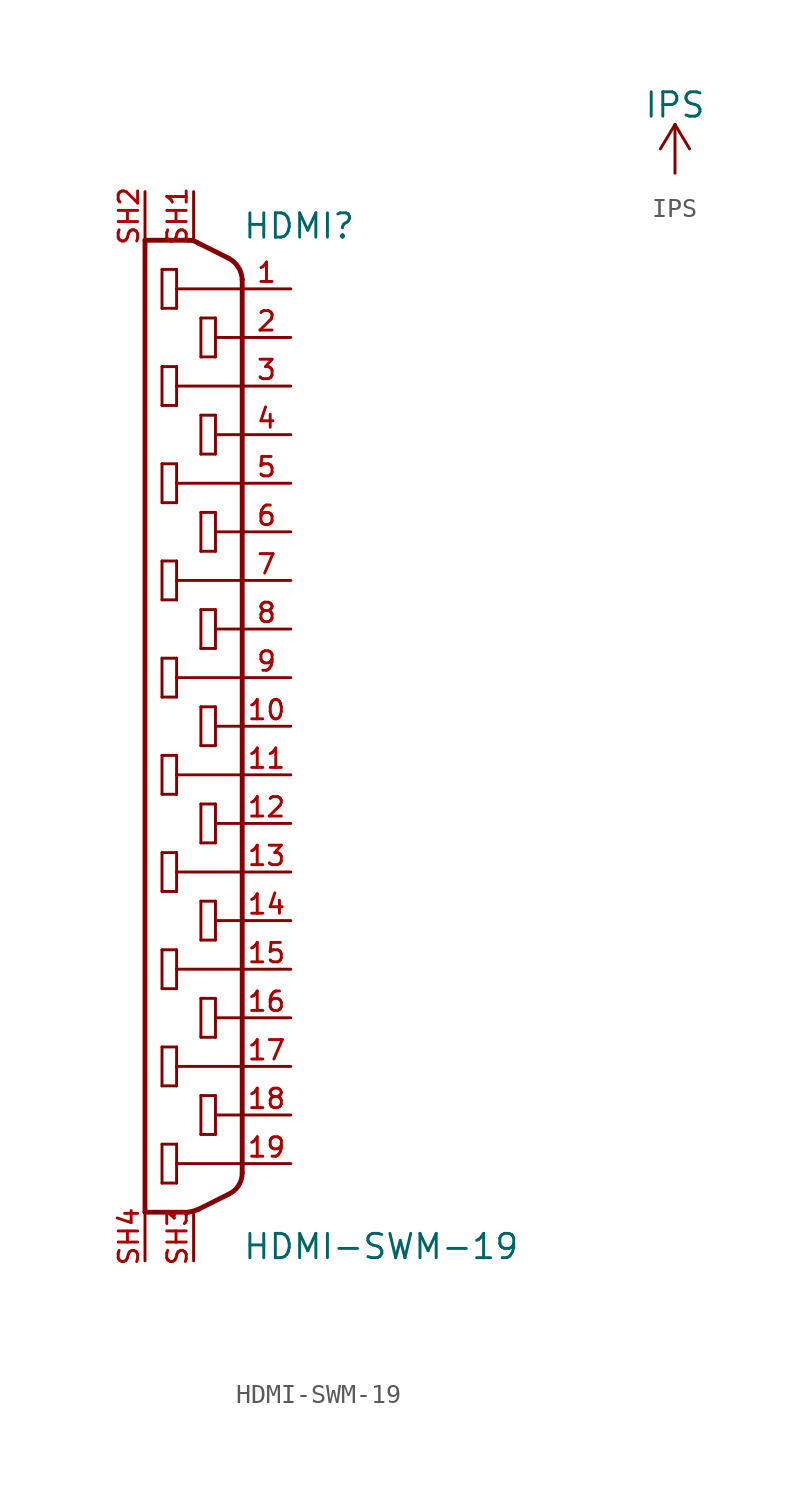
<source format=kicad_sym>
(kicad_symbol_lib
  (version 20241209)
  (generator "kicad_symbol_editor")
  (generator_version "9.0")
  (symbol "HDMI-SWM-19"
    (pin_names
      (offset 1.016)
      (hide yes))
    (property "Reference" "HDMI"
      (at 2.54 25.4 0)
      (effects (font (size 1.27 1.27)) (justify left bottom)))
    (property "Value" "HDMI-SWM-19"
      (at 2.54 -27.94 0)
      (effects (font (size 1.27 1.27)) (justify left bottom)))
    (property "Datasheet" ""
      (at 0 0 0)
      (effects (font (size 1.524 1.524))))
    (symbol "HDMI-SWM-19_1_0"
      (polyline (pts (xy -2.54 25.4) (xy -2.54 -25.4)) (stroke (width 0.254) (type solid)) (fill (type none)))
      (polyline (pts (xy -2.54 -25.4) (xy -0.279 -25.4)) (stroke (width 0.254) (type solid)) (fill (type none)))
      (polyline (pts (xy -1.651 23.876) (xy -0.889 23.876)) (stroke (width 0) (type solid)) (fill (type none)))
      (polyline (pts (xy -1.651 21.844) (xy -1.651 23.876)) (stroke (width 0) (type solid)) (fill (type none)))
      (polyline (pts (xy -1.651 18.796) (xy -0.889 18.796)) (stroke (width 0) (type solid)) (fill (type none)))
      (polyline (pts (xy -1.651 16.764) (xy -1.651 18.796)) (stroke (width 0) (type solid)) (fill (type none)))
      (polyline (pts (xy -1.651 13.716) (xy -0.889 13.716)) (stroke (width 0) (type solid)) (fill (type none)))
      (polyline (pts (xy -1.651 11.684) (xy -1.651 13.716)) (stroke (width 0) (type solid)) (fill (type none)))
      (polyline (pts (xy -1.651 8.636) (xy -0.889 8.636)) (stroke (width 0) (type solid)) (fill (type none)))
      (polyline (pts (xy -1.651 6.604) (xy -1.651 8.636)) (stroke (width 0) (type solid)) (fill (type none)))
      (polyline (pts (xy -1.651 3.556) (xy -0.889 3.556)) (stroke (width 0) (type solid)) (fill (type none)))
      (polyline (pts (xy -1.651 1.524) (xy -1.651 3.556)) (stroke (width 0) (type solid)) (fill (type none)))
      (polyline (pts (xy -1.651 -1.524) (xy -0.889 -1.524)) (stroke (width 0) (type solid)) (fill (type none)))
      (polyline (pts (xy -1.651 -3.556) (xy -1.651 -1.524)) (stroke (width 0) (type solid)) (fill (type none)))
      (polyline (pts (xy -1.651 -6.604) (xy -0.889 -6.604)) (stroke (width 0) (type solid)) (fill (type none)))
      (polyline (pts (xy -1.651 -8.636) (xy -1.651 -6.604)) (stroke (width 0) (type solid)) (fill (type none)))
      (polyline (pts (xy -1.651 -11.684) (xy -0.889 -11.684)) (stroke (width 0) (type solid)) (fill (type none)))
      (polyline (pts (xy -1.651 -13.716) (xy -1.651 -11.684)) (stroke (width 0) (type solid)) (fill (type none)))
      (polyline (pts (xy -1.651 -16.764) (xy -0.889 -16.764)) (stroke (width 0) (type solid)) (fill (type none)))
      (polyline (pts (xy -1.651 -18.796) (xy -1.651 -16.764)) (stroke (width 0) (type solid)) (fill (type none)))
      (polyline (pts (xy -1.651 -21.844) (xy -0.889 -21.844)) (stroke (width 0) (type solid)) (fill (type none)))
      (polyline (pts (xy -1.651 -23.876) (xy -1.651 -21.844)) (stroke (width 0) (type solid)) (fill (type none)))
      (polyline (pts (xy -0.889 23.876) (xy -0.889 22.86)) (stroke (width 0) (type solid)) (fill (type none)))
      (polyline (pts (xy -0.889 22.86) (xy -0.889 21.844)) (stroke (width 0) (type solid)) (fill (type none)))
      (polyline (pts (xy -0.889 21.844) (xy -1.651 21.844)) (stroke (width 0) (type solid)) (fill (type none)))
      (polyline (pts (xy -0.889 18.796) (xy -0.889 17.78)) (stroke (width 0) (type solid)) (fill (type none)))
      (polyline (pts (xy -0.889 17.78) (xy -0.889 16.764)) (stroke (width 0) (type solid)) (fill (type none)))
      (polyline (pts (xy -0.889 16.764) (xy -1.651 16.764)) (stroke (width 0) (type solid)) (fill (type none)))
      (polyline (pts (xy -0.889 13.716) (xy -0.889 12.7)) (stroke (width 0) (type solid)) (fill (type none)))
      (polyline (pts (xy -0.889 12.7) (xy -0.889 11.684)) (stroke (width 0) (type solid)) (fill (type none)))
      (polyline (pts (xy -0.889 11.684) (xy -1.651 11.684)) (stroke (width 0) (type solid)) (fill (type none)))
      (polyline (pts (xy -0.889 8.636) (xy -0.889 7.62)) (stroke (width 0) (type solid)) (fill (type none)))
      (polyline (pts (xy -0.889 7.62) (xy -0.889 6.604)) (stroke (width 0) (type solid)) (fill (type none)))
      (polyline (pts (xy -0.889 6.604) (xy -1.651 6.604)) (stroke (width 0) (type solid)) (fill (type none)))
      (polyline (pts (xy -0.889 3.556) (xy -0.889 2.54)) (stroke (width 0) (type solid)) (fill (type none)))
      (polyline (pts (xy -0.889 2.54) (xy -0.889 1.524)) (stroke (width 0) (type solid)) (fill (type none)))
      (polyline (pts (xy -0.889 1.524) (xy -1.651 1.524)) (stroke (width 0) (type solid)) (fill (type none)))
      (polyline (pts (xy -0.889 -1.524) (xy -0.889 -2.54)) (stroke (width 0) (type solid)) (fill (type none)))
      (polyline (pts (xy -0.889 -2.54) (xy -0.889 -3.556)) (stroke (width 0) (type solid)) (fill (type none)))
      (polyline (pts (xy -0.889 -3.556) (xy -1.651 -3.556)) (stroke (width 0) (type solid)) (fill (type none)))
      (polyline (pts (xy -0.889 -6.604) (xy -0.889 -7.62)) (stroke (width 0) (type solid)) (fill (type none)))
      (polyline (pts (xy -0.889 -7.62) (xy -0.889 -8.636)) (stroke (width 0) (type solid)) (fill (type none)))
      (polyline (pts (xy -0.889 -8.636) (xy -1.651 -8.636)) (stroke (width 0) (type solid)) (fill (type none)))
      (polyline (pts (xy -0.889 -11.684) (xy -0.889 -12.7)) (stroke (width 0) (type solid)) (fill (type none)))
      (polyline (pts (xy -0.889 -12.7) (xy -0.889 -13.716)) (stroke (width 0) (type solid)) (fill (type none)))
      (polyline (pts (xy -0.889 -13.716) (xy -1.651 -13.716)) (stroke (width 0) (type solid)) (fill (type none)))
      (polyline (pts (xy -0.889 -16.764) (xy -0.889 -17.78)) (stroke (width 0) (type solid)) (fill (type none)))
      (polyline (pts (xy -0.889 -17.78) (xy -0.889 -18.796)) (stroke (width 0) (type solid)) (fill (type none)))
      (polyline (pts (xy -0.889 -18.796) (xy -1.651 -18.796)) (stroke (width 0) (type solid)) (fill (type none)))
      (polyline (pts (xy -0.889 -21.844) (xy -0.889 -22.86)) (stroke (width 0) (type solid)) (fill (type none)))
      (polyline (pts (xy -0.889 -22.86) (xy -0.889 -23.876)) (stroke (width 0) (type solid)) (fill (type none)))
      (polyline (pts (xy -0.889 -23.876) (xy -1.651 -23.876)) (stroke (width 0) (type solid)) (fill (type none)))
      (polyline (pts (xy -0.279 25.4) (xy -2.54 25.4)) (stroke (width 0.254) (type solid)) (fill (type none)))
      (polyline (pts (xy 0.254 -25.248) (xy 1.829 -24.46)) (stroke (width 0.254) (type solid)) (fill (type none)))
      (polyline (pts (xy 0.381 21.336) (xy 1.143 21.336)) (stroke (width 0) (type solid)) (fill (type none)))
      (polyline (pts (xy 0.381 19.304) (xy 0.381 21.336)) (stroke (width 0) (type solid)) (fill (type none)))
      (polyline (pts (xy 0.381 16.256) (xy 1.143 16.256)) (stroke (width 0) (type solid)) (fill (type none)))
      (polyline (pts (xy 0.381 14.224) (xy 0.381 16.256)) (stroke (width 0) (type solid)) (fill (type none)))
      (polyline (pts (xy 0.381 11.176) (xy 1.143 11.176)) (stroke (width 0) (type solid)) (fill (type none)))
      (polyline (pts (xy 0.381 9.144) (xy 0.381 11.176)) (stroke (width 0) (type solid)) (fill (type none)))
      (polyline (pts (xy 0.381 6.096) (xy 1.143 6.096)) (stroke (width 0) (type solid)) (fill (type none)))
      (polyline (pts (xy 0.381 4.064) (xy 0.381 6.096)) (stroke (width 0) (type solid)) (fill (type none)))
      (polyline (pts (xy 0.381 1.016) (xy 1.143 1.016)) (stroke (width 0) (type solid)) (fill (type none)))
      (polyline (pts (xy 0.381 -1.016) (xy 0.381 1.016)) (stroke (width 0) (type solid)) (fill (type none)))
      (polyline (pts (xy 0.381 -4.064) (xy 1.143 -4.064)) (stroke (width 0) (type solid)) (fill (type none)))
      (polyline (pts (xy 0.381 -6.096) (xy 0.381 -4.064)) (stroke (width 0) (type solid)) (fill (type none)))
      (polyline (pts (xy 0.381 -9.144) (xy 1.143 -9.144)) (stroke (width 0) (type solid)) (fill (type none)))
      (polyline (pts (xy 0.381 -11.176) (xy 0.381 -9.144)) (stroke (width 0) (type solid)) (fill (type none)))
      (polyline (pts (xy 0.381 -14.224) (xy 1.143 -14.224)) (stroke (width 0) (type solid)) (fill (type none)))
      (polyline (pts (xy 0.381 -16.256) (xy 0.381 -14.224)) (stroke (width 0) (type solid)) (fill (type none)))
      (polyline (pts (xy 0.381 -19.304) (xy 1.143 -19.304)) (stroke (width 0) (type solid)) (fill (type none)))
      (polyline (pts (xy 0.381 -21.336) (xy 0.381 -19.304)) (stroke (width 0) (type solid)) (fill (type none)))
      (polyline (pts (xy 1.143 21.336) (xy 1.143 20.32)) (stroke (width 0) (type solid)) (fill (type none)))
      (polyline (pts (xy 1.143 20.32) (xy 1.143 19.304)) (stroke (width 0) (type solid)) (fill (type none)))
      (polyline (pts (xy 1.143 19.304) (xy 0.381 19.304)) (stroke (width 0) (type solid)) (fill (type none)))
      (polyline (pts (xy 1.143 16.256) (xy 1.143 15.24)) (stroke (width 0) (type solid)) (fill (type none)))
      (polyline (pts (xy 1.143 15.24) (xy 1.143 14.224)) (stroke (width 0) (type solid)) (fill (type none)))
      (polyline (pts (xy 1.143 14.224) (xy 0.381 14.224)) (stroke (width 0) (type solid)) (fill (type none)))
      (polyline (pts (xy 1.143 11.176) (xy 1.143 10.16)) (stroke (width 0) (type solid)) (fill (type none)))
      (polyline (pts (xy 1.143 10.16) (xy 1.143 9.144)) (stroke (width 0) (type solid)) (fill (type none)))
      (polyline (pts (xy 1.143 9.144) (xy 0.381 9.144)) (stroke (width 0) (type solid)) (fill (type none)))
      (polyline (pts (xy 1.143 6.096) (xy 1.143 5.08)) (stroke (width 0) (type solid)) (fill (type none)))
      (polyline (pts (xy 1.143 5.08) (xy 1.143 4.064)) (stroke (width 0) (type solid)) (fill (type none)))
      (polyline (pts (xy 1.143 4.064) (xy 0.381 4.064)) (stroke (width 0) (type solid)) (fill (type none)))
      (polyline (pts (xy 1.143 1.016) (xy 1.143 0)) (stroke (width 0) (type solid)) (fill (type none)))
      (polyline (pts (xy 1.143 0) (xy 1.143 -1.016)) (stroke (width 0) (type solid)) (fill (type none)))
      (polyline (pts (xy 1.143 -1.016) (xy 0.381 -1.016)) (stroke (width 0) (type solid)) (fill (type none)))
      (polyline (pts (xy 1.143 -4.064) (xy 1.143 -5.08)) (stroke (width 0) (type solid)) (fill (type none)))
      (polyline (pts (xy 1.143 -5.08) (xy 1.143 -6.096)) (stroke (width 0) (type solid)) (fill (type none)))
      (polyline (pts (xy 1.143 -6.096) (xy 0.381 -6.096)) (stroke (width 0) (type solid)) (fill (type none)))
      (polyline (pts (xy 1.143 -9.144) (xy 1.143 -10.16)) (stroke (width 0) (type solid)) (fill (type none)))
      (polyline (pts (xy 1.143 -10.16) (xy 1.143 -11.176)) (stroke (width 0) (type solid)) (fill (type none)))
      (polyline (pts (xy 1.143 -11.176) (xy 0.381 -11.176)) (stroke (width 0) (type solid)) (fill (type none)))
      (polyline (pts (xy 1.143 -14.224) (xy 1.143 -15.24)) (stroke (width 0) (type solid)) (fill (type none)))
      (polyline (pts (xy 1.143 -15.24) (xy 1.143 -16.256)) (stroke (width 0) (type solid)) (fill (type none)))
      (polyline (pts (xy 1.143 -16.256) (xy 0.381 -16.256)) (stroke (width 0) (type solid)) (fill (type none)))
      (polyline (pts (xy 1.143 -19.304) (xy 1.143 -20.32)) (stroke (width 0) (type solid)) (fill (type none)))
      (polyline (pts (xy 1.143 -20.32) (xy 1.143 -21.336)) (stroke (width 0) (type solid)) (fill (type none)))
      (polyline (pts (xy 1.143 -21.336) (xy 0.381 -21.336)) (stroke (width 0) (type solid)) (fill (type none)))
      (polyline (pts (xy 1.829 24.46) (xy 0.254 25.248)) (stroke (width 0.254) (type solid)) (fill (type none)))
      (polyline (pts (xy 2.54 22.86) (xy -0.889 22.86)) (stroke (width 0) (type solid)) (fill (type none)))
      (polyline (pts (xy 2.54 22.86) (xy 2.54 23.343)) (stroke (width 0.254) (type solid)) (fill (type none)))
      (polyline (pts (xy 2.54 20.32) (xy 1.143 20.32)) (stroke (width 0) (type solid)) (fill (type none)))
      (polyline (pts (xy 2.54 20.32) (xy 2.54 22.86)) (stroke (width 0.254) (type solid)) (fill (type none)))
      (polyline (pts (xy 2.54 17.78) (xy -0.889 17.78)) (stroke (width 0) (type solid)) (fill (type none)))
      (polyline (pts (xy 2.54 17.78) (xy 2.54 20.32)) (stroke (width 0.254) (type solid)) (fill (type none)))
      (polyline (pts (xy 2.54 15.24) (xy 1.143 15.24)) (stroke (width 0) (type solid)) (fill (type none)))
      (polyline (pts (xy 2.54 15.24) (xy 2.54 17.78)) (stroke (width 0.254) (type solid)) (fill (type none)))
      (polyline (pts (xy 2.54 12.7) (xy -0.889 12.7)) (stroke (width 0) (type solid)) (fill (type none)))
      (polyline (pts (xy 2.54 12.7) (xy 2.54 15.24)) (stroke (width 0.254) (type solid)) (fill (type none)))
      (polyline (pts (xy 2.54 10.16) (xy 1.143 10.16)) (stroke (width 0) (type solid)) (fill (type none)))
      (polyline (pts (xy 2.54 10.16) (xy 2.54 12.7)) (stroke (width 0.254) (type solid)) (fill (type none)))
      (polyline (pts (xy 2.54 7.62) (xy -0.889 7.62)) (stroke (width 0) (type solid)) (fill (type none)))
      (polyline (pts (xy 2.54 7.62) (xy 2.54 10.16)) (stroke (width 0.254) (type solid)) (fill (type none)))
      (polyline (pts (xy 2.54 5.08) (xy 1.143 5.08)) (stroke (width 0) (type solid)) (fill (type none)))
      (polyline (pts (xy 2.54 5.08) (xy 2.54 7.62)) (stroke (width 0.254) (type solid)) (fill (type none)))
      (polyline (pts (xy 2.54 2.54) (xy -0.889 2.54)) (stroke (width 0) (type solid)) (fill (type none)))
      (polyline (pts (xy 2.54 2.54) (xy 2.54 5.08)) (stroke (width 0.254) (type solid)) (fill (type none)))
      (polyline (pts (xy 2.54 0) (xy 1.143 0)) (stroke (width 0) (type solid)) (fill (type none)))
      (polyline (pts (xy 2.54 0) (xy 2.54 2.54)) (stroke (width 0.254) (type solid)) (fill (type none)))
      (polyline (pts (xy 2.54 -2.54) (xy -0.889 -2.54)) (stroke (width 0) (type solid)) (fill (type none)))
      (polyline (pts (xy 2.54 -2.54) (xy 2.54 0)) (stroke (width 0.254) (type solid)) (fill (type none)))
      (polyline (pts (xy 2.54 -5.08) (xy 1.143 -5.08)) (stroke (width 0) (type solid)) (fill (type none)))
      (polyline (pts (xy 2.54 -5.08) (xy 2.54 -2.54)) (stroke (width 0.254) (type solid)) (fill (type none)))
      (polyline (pts (xy 2.54 -7.62) (xy -0.889 -7.62)) (stroke (width 0) (type solid)) (fill (type none)))
      (polyline (pts (xy 2.54 -7.62) (xy 2.54 -5.08)) (stroke (width 0.254) (type solid)) (fill (type none)))
      (polyline (pts (xy 2.54 -10.16) (xy 1.143 -10.16)) (stroke (width 0) (type solid)) (fill (type none)))
      (polyline (pts (xy 2.54 -10.16) (xy 2.54 -7.62)) (stroke (width 0.254) (type solid)) (fill (type none)))
      (polyline (pts (xy 2.54 -12.7) (xy -0.889 -12.7)) (stroke (width 0) (type solid)) (fill (type none)))
      (polyline (pts (xy 2.54 -12.7) (xy 2.54 -10.16)) (stroke (width 0.254) (type solid)) (fill (type none)))
      (polyline (pts (xy 2.54 -15.24) (xy 1.143 -15.24)) (stroke (width 0) (type solid)) (fill (type none)))
      (polyline (pts (xy 2.54 -15.24) (xy 2.54 -12.7)) (stroke (width 0.254) (type solid)) (fill (type none)))
      (polyline (pts (xy 2.54 -17.78) (xy -0.889 -17.78)) (stroke (width 0) (type solid)) (fill (type none)))
      (polyline (pts (xy 2.54 -17.78) (xy 2.54 -15.24)) (stroke (width 0.254) (type solid)) (fill (type none)))
      (polyline (pts (xy 2.54 -20.32) (xy 1.143 -20.32)) (stroke (width 0) (type solid)) (fill (type none)))
      (polyline (pts (xy 2.54 -20.32) (xy 2.54 -17.78)) (stroke (width 0.254) (type solid)) (fill (type none)))
      (polyline (pts (xy 2.54 -22.86) (xy -0.889 -22.86)) (stroke (width 0) (type solid)) (fill (type none)))
      (polyline (pts (xy 2.54 -22.86) (xy 2.54 -20.32)) (stroke (width 0.254) (type solid)) (fill (type none)))
      (polyline (pts (xy 2.54 -23.343) (xy 2.54 -22.86)) (stroke (width 0.254) (type solid)) (fill (type none))))
    (symbol "HDMI-SWM-19_1_1"
      (arc (start -0.2794 25.4) (mid 0.001 25.3687) (end 0.254 25.2476) (stroke (width 0.254) (type solid)) (fill (type none)))
      (arc (start 0.254 -25.2476) (mid -0.006 -25.3378) (end -0.2794 -25.4) (stroke (width 0.254) (type solid)) (fill (type none)))
      (arc (start 1.8288 24.4602) (mid 2.3329 23.9995) (end 2.54 23.3426) (stroke (width 0.254) (type solid)) (fill (type none)))
      (arc (start 2.54 -23.3426) (mid 2.3503 -24.0103) (end 1.8288 -24.4602) (stroke (width 0.254) (type solid)) (fill (type none)))
      (pin input line (at -2.54 27.94 270) (length 2.54) (name "21" (effects (font (size 1.016 1.016)))) (number "SH2" (effects (font (size 1.016 1.016)))))
      (pin input line (at -2.54 -27.94 90) (length 2.54) (name "23" (effects (font (size 1.016 1.016)))) (number "SH4" (effects (font (size 1.016 1.016)))))
      (pin input line (at 0 27.94 270) (length 2.54) (name "20" (effects (font (size 1.016 1.016)))) (number "SH1" (effects (font (size 1.016 1.016)))))
      (pin input line (at 0 -27.94 90) (length 2.54) (name "22" (effects (font (size 1.016 1.016)))) (number "SH3" (effects (font (size 1.016 1.016)))))
      (pin input line (at 5.08 22.86 180) (length 2.54) (name "1" (effects (font (size 1.016 1.016)))) (number "1" (effects (font (size 1.016 1.016)))))
      (pin input line (at 5.08 20.32 180) (length 2.54) (name "2" (effects (font (size 1.016 1.016)))) (number "2" (effects (font (size 1.016 1.016)))))
      (pin input line (at 5.08 17.78 180) (length 2.54) (name "3" (effects (font (size 1.016 1.016)))) (number "3" (effects (font (size 1.016 1.016)))))
      (pin input line (at 5.08 15.24 180) (length 2.54) (name "4" (effects (font (size 1.016 1.016)))) (number "4" (effects (font (size 1.016 1.016)))))
      (pin input line (at 5.08 12.7 180) (length 2.54) (name "5" (effects (font (size 1.016 1.016)))) (number "5" (effects (font (size 1.016 1.016)))))
      (pin input line (at 5.08 10.16 180) (length 2.54) (name "6" (effects (font (size 1.016 1.016)))) (number "6" (effects (font (size 1.016 1.016)))))
      (pin input line (at 5.08 7.62 180) (length 2.54) (name "7" (effects (font (size 1.016 1.016)))) (number "7" (effects (font (size 1.016 1.016)))))
      (pin input line (at 5.08 5.08 180) (length 2.54) (name "8" (effects (font (size 1.016 1.016)))) (number "8" (effects (font (size 1.016 1.016)))))
      (pin input line (at 5.08 2.54 180) (length 2.54) (name "9" (effects (font (size 1.016 1.016)))) (number "9" (effects (font (size 1.016 1.016)))))
      (pin input line (at 5.08 0 180) (length 2.54) (name "10" (effects (font (size 1.016 1.016)))) (number "10" (effects (font (size 1.016 1.016)))))
      (pin input line (at 5.08 -2.54 180) (length 2.54) (name "11" (effects (font (size 1.016 1.016)))) (number "11" (effects (font (size 1.016 1.016)))))
      (pin input line (at 5.08 -5.08 180) (length 2.54) (name "12" (effects (font (size 1.016 1.016)))) (number "12" (effects (font (size 1.016 1.016)))))
      (pin input line (at 5.08 -7.62 180) (length 2.54) (name "13" (effects (font (size 1.016 1.016)))) (number "13" (effects (font (size 1.016 1.016)))))
      (pin input line (at 5.08 -10.16 180) (length 2.54) (name "14" (effects (font (size 1.016 1.016)))) (number "14" (effects (font (size 1.016 1.016)))))
      (pin input line (at 5.08 -12.7 180) (length 2.54) (name "15" (effects (font (size 1.016 1.016)))) (number "15" (effects (font (size 1.016 1.016)))))
      (pin input line (at 5.08 -15.24 180) (length 2.54) (name "16" (effects (font (size 1.016 1.016)))) (number "16" (effects (font (size 1.016 1.016)))))
      (pin input line (at 5.08 -17.78 180) (length 2.54) (name "17" (effects (font (size 1.016 1.016)))) (number "17" (effects (font (size 1.016 1.016)))))
      (pin input line (at 5.08 -20.32 180) (length 2.54) (name "18" (effects (font (size 1.016 1.016)))) (number "18" (effects (font (size 1.016 1.016)))))
      (pin input line (at 5.08 -22.86 180) (length 2.54) (name "19" (effects (font (size 1.016 1.016)))) (number "19" (effects (font (size 1.016 1.016)))))))
  (symbol "IPS"
    (power)
    (pin_names
      (offset 0))
    (property "Reference" "#PWR"
      (at 0 -2.54 0)
      (effects (font (size 1.27 1.27)) (hide yes)))
    (property "Value" "IPS"
      (at 0 3.556 0)
      (effects (font (size 1.27 1.27))))
    (property "Footprint" ""
      (at 0 0 0)
      (effects (font (size 1.524 1.524))))
    (property "Datasheet" ""
      (at 0 0 0)
      (effects (font (size 1.524 1.524))))
    (symbol "IPS_0_1"
      (polyline (pts (xy -0.762 1.27) (xy 0 2.54)) (stroke (width 0) (type solid)) (fill (type none)))
      (polyline (pts (xy 0 2.54) (xy 0.762 1.27)) (stroke (width 0) (type solid)) (fill (type none)))
      (polyline (pts (xy 0 0) (xy 0 2.54)) (stroke (width 0) (type solid)) (fill (type none))))
    (symbol "IPS_1_1"
      (pin power_in line (at 0 0 90) (length 0) (hide yes) (name "IPS" (effects (font (size 1.27 1.27)))) (number "1" (effects (font (size 1.27 1.27))))))))
</source>
